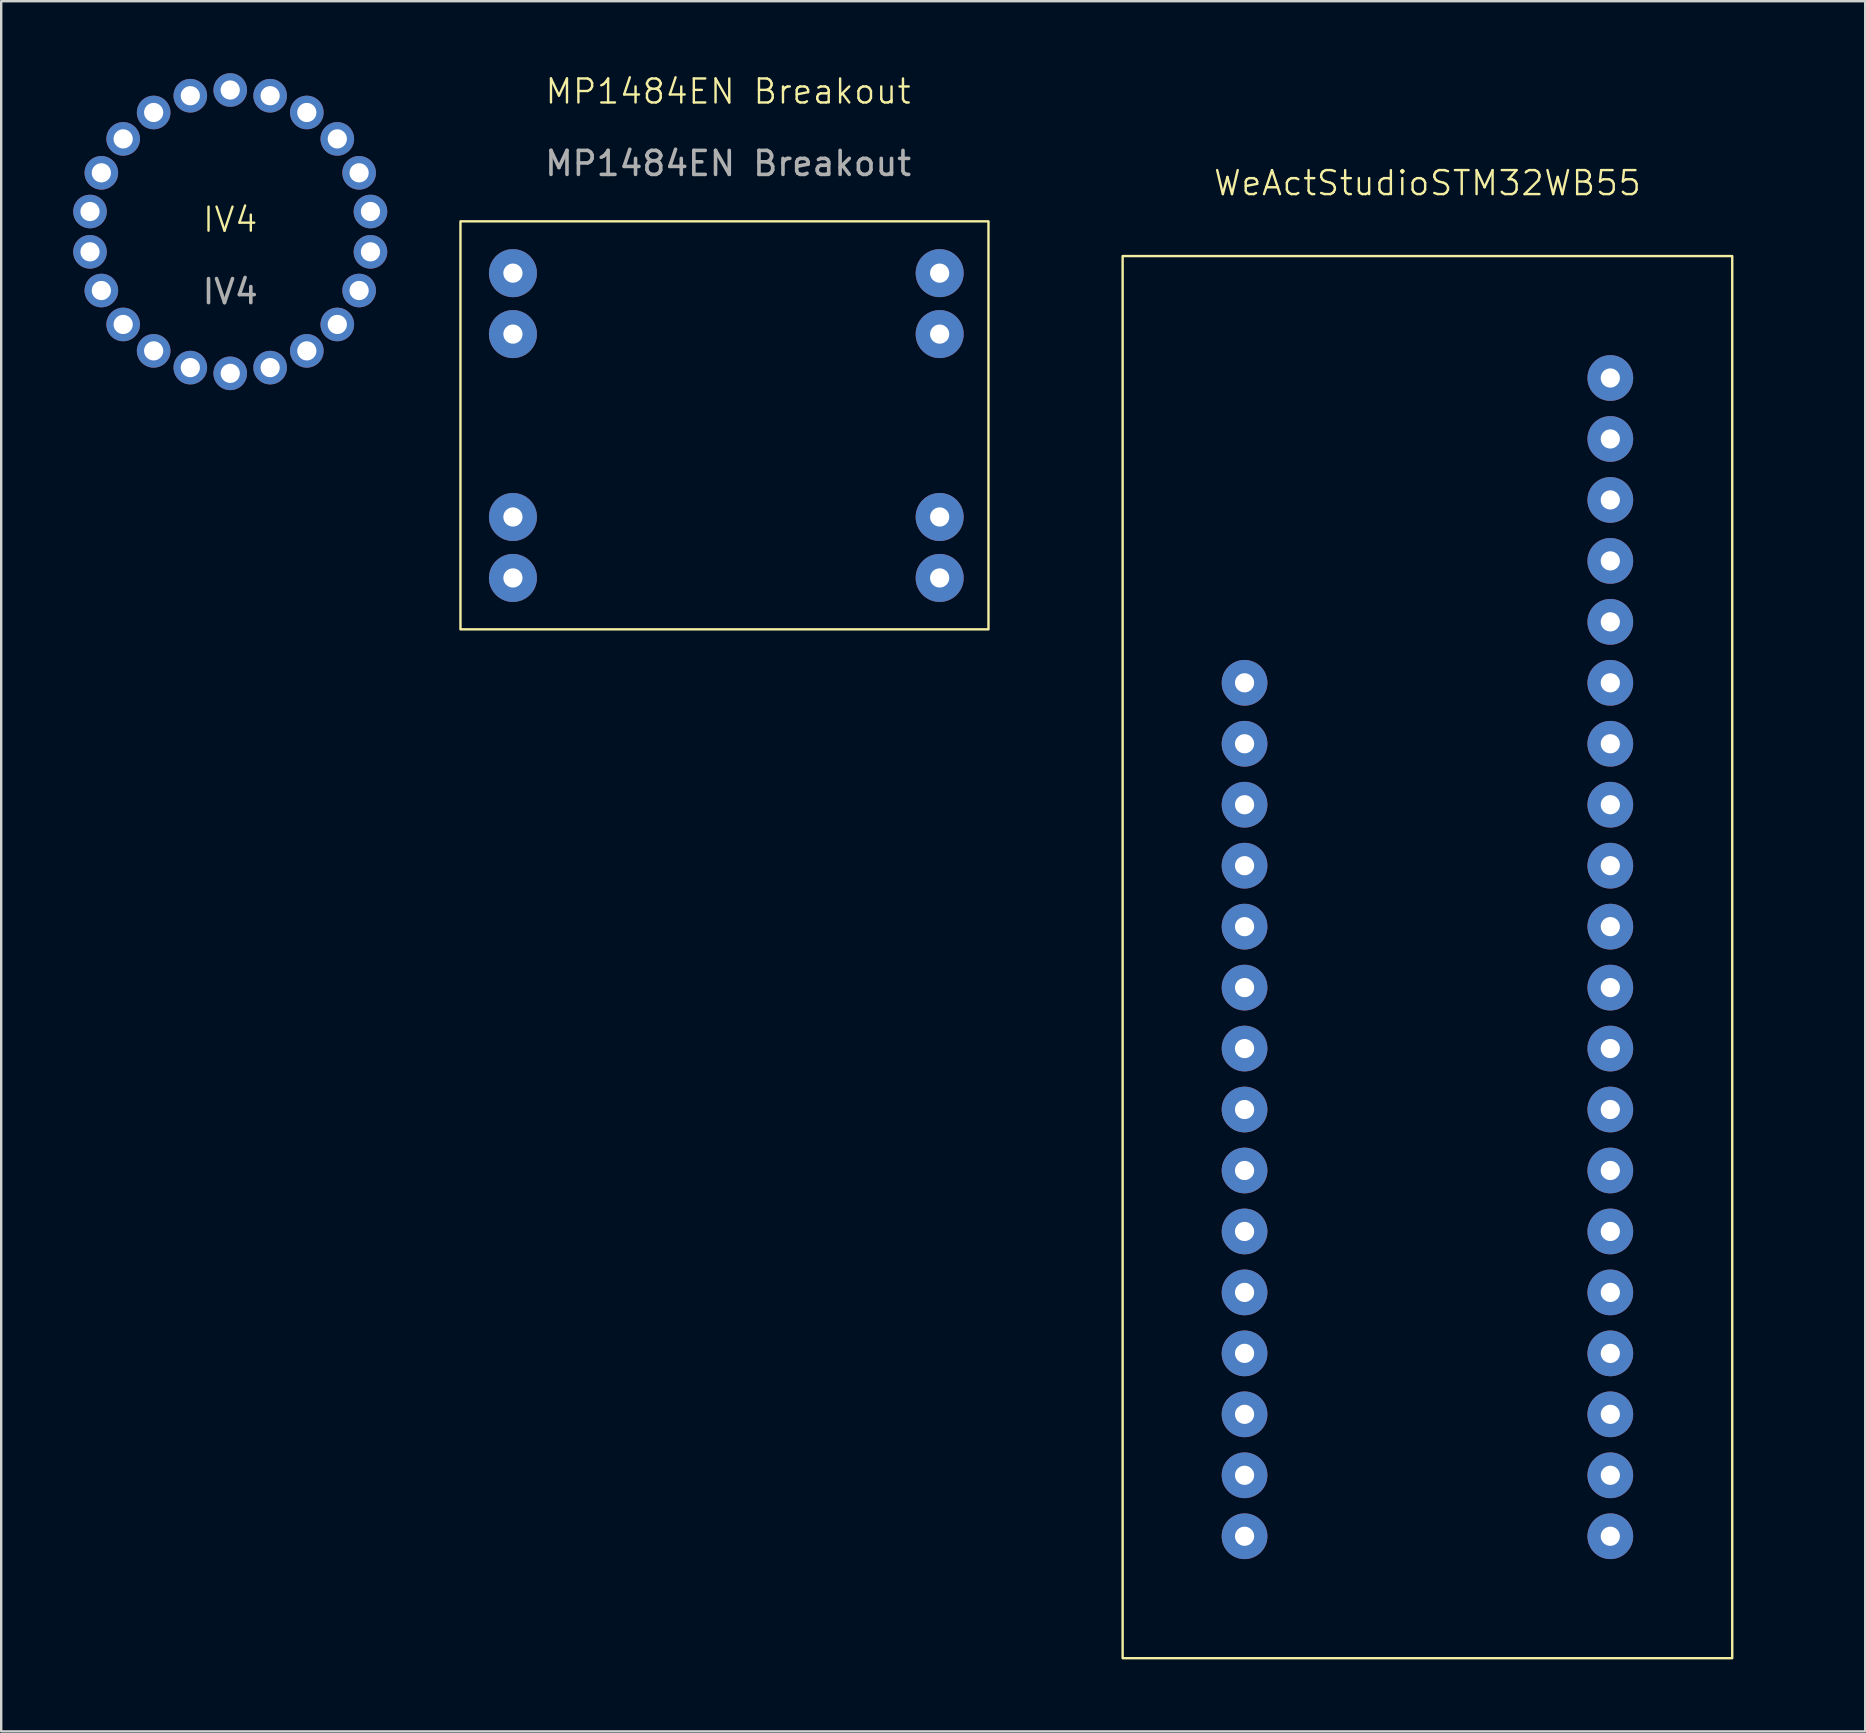
<source format=kicad_pcb>
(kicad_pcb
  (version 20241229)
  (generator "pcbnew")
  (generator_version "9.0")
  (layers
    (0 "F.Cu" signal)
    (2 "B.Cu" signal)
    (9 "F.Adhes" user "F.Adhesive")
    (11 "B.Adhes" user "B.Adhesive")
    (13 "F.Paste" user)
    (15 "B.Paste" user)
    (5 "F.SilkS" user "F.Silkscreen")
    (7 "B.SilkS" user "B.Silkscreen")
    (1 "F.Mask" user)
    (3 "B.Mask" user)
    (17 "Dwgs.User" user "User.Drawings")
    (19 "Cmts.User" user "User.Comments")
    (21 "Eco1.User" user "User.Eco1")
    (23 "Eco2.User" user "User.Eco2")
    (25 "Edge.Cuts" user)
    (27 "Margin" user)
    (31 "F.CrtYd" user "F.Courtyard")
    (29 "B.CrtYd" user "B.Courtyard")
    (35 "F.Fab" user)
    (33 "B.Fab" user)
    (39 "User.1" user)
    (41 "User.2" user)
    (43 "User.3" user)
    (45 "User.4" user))
  (footprint "IV4"
    (layer "F.Cu")
    (at 6.543 6.603)
    (property "Reference" "IV4" (at 0 -0.5 0) (unlocked yes) (layer "F.SilkS") (effects (font (size 1 1) (thickness 0.1))))
    (attr through_hole)
    (fp_text user "${REFERENCE}" (at 0 2.5 0) (unlocked yes) (layer "F.Fab") (effects (font (size 1 1) (thickness 0.15))))
    (pad "1" thru_hole circle (at -5.843 -0.84) (size 1.4 1.4) (drill 0.8) (layers "*.Cu" "*.Mask"))
    (pad "2" thru_hole circle (at -5.37 -2.452) (size 1.4 1.4) (drill 0.8) (layers "*.Cu" "*.Mask"))
    (pad "3" thru_hole circle (at -4.461 -3.866) (size 1.4 1.4) (drill 0.8) (layers "*.Cu" "*.Mask"))
    (pad "4" thru_hole circle (at -3.191 -4.966) (size 1.4 1.4) (drill 0.8) (layers "*.Cu" "*.Mask"))
    (pad "5" thru_hole circle (at -1.663 -5.664) (size 1.4 1.4) (drill 0.8) (layers "*.Cu" "*.Mask"))
    (pad "6" thru_hole circle (at -0.000032 -5.903) (size 1.4 1.4) (drill 0.8) (layers "*.Cu" "*.Mask"))
    (pad "7" thru_hole circle (at 1.663 -5.664) (size 1.4 1.4) (drill 0.8) (layers "*.Cu" "*.Mask"))
    (pad "8" thru_hole circle (at 3.191 -4.966) (size 1.4 1.4) (drill 0.8) (layers "*.Cu" "*.Mask"))
    (pad "9" thru_hole circle (at 4.461 -3.866) (size 1.4 1.4) (drill 0.8) (layers "*.Cu" "*.Mask"))
    (pad "10" thru_hole circle (at 5.37 -2.452) (size 1.4 1.4) (drill 0.8) (layers "*.Cu" "*.Mask"))
    (pad "11" thru_hole circle (at 5.843 -0.84 180) (size 1.4 1.4) (drill 0.8) (layers "*.Cu" "*.Mask"))
    (pad "12" thru_hole circle (at 5.843 0.84) (size 1.4 1.4) (drill 0.8) (layers "*.Cu" "*.Mask"))
    (pad "13" thru_hole circle (at 5.37 2.452) (size 1.4 1.4) (drill 0.8) (layers "*.Cu" "*.Mask"))
    (pad "14" thru_hole circle (at 4.461 3.866) (size 1.4 1.4) (drill 0.8) (layers "*.Cu" "*.Mask"))
    (pad "15" thru_hole circle (at 3.191 4.966) (size 1.4 1.4) (drill 0.8) (layers "*.Cu" "*.Mask"))
    (pad "16" thru_hole circle (at 1.663 5.664) (size 1.4 1.4) (drill 0.8) (layers "*.Cu" "*.Mask"))
    (pad "17" thru_hole circle (at 0.000073 5.903) (size 1.4 1.4) (drill 0.8) (layers "*.Cu" "*.Mask"))
    (pad "18" thru_hole circle (at -1.663 5.664) (size 1.4 1.4) (drill 0.8) (layers "*.Cu" "*.Mask"))
    (pad "19" thru_hole circle (at -3.191 4.966) (size 1.4 1.4) (drill 0.8) (layers "*.Cu" "*.Mask"))
    (pad "20" thru_hole circle (at -4.461 3.866) (size 1.4 1.4) (drill 0.8) (layers "*.Cu" "*.Mask"))
    (pad "21" thru_hole circle (at -5.37 2.452) (size 1.4 1.4) (drill 0.8) (layers "*.Cu" "*.Mask"))
    (pad "22" thru_hole circle (at -5.843 0.84) (size 1.4 1.4) (drill 0.8) (layers "*.Cu" "*.Mask")))
  (footprint "WeActStudioSTM32WB55"
    (layer "F.Cu")
    (at 56.426 5.08)
    (property "Reference" "WeActStudioSTM32WB55" (at 0 -0.5 0) (unlocked yes) (layer "F.SilkS") (effects (font (size 1 1) (thickness 0.1))))
    (attr smd)
    (fp_rect (start -12.7 2.54) (end 12.7 60.96) (stroke (width 0.1) (type default)) (fill no) (layer "F.SilkS"))
    (pad "1" thru_hole circle (at -7.62 20.32) (size 1.905 1.905) (drill 0.8) (layers "*.Cu" "*.Mask"))
    (pad "2" thru_hole circle (at -7.62 22.86) (size 1.905 1.905) (drill 0.8) (layers "*.Cu" "*.Mask"))
    (pad "3" thru_hole circle (at -7.62 25.4) (size 1.905 1.905) (drill 0.8) (layers "*.Cu" "*.Mask"))
    (pad "4" thru_hole circle (at -7.62 27.94) (size 1.905 1.905) (drill 0.8) (layers "*.Cu" "*.Mask"))
    (pad "5" thru_hole circle (at -7.62 30.48) (size 1.905 1.905) (drill 0.8) (layers "*.Cu" "*.Mask"))
    (pad "6" thru_hole circle (at -7.62 33.02) (size 1.905 1.905) (drill 0.8) (layers "*.Cu" "*.Mask"))
    (pad "7" thru_hole circle (at -7.62 35.56) (size 1.905 1.905) (drill 0.8) (layers "*.Cu" "*.Mask"))
    (pad "8" thru_hole circle (at -7.62 38.1) (size 1.905 1.905) (drill 0.8) (layers "*.Cu" "*.Mask"))
    (pad "9" thru_hole circle (at -7.62 40.64) (size 1.905 1.905) (drill 0.8) (layers "*.Cu" "*.Mask"))
    (pad "10" thru_hole circle (at -7.62 43.18) (size 1.905 1.905) (drill 0.8) (layers "*.Cu" "*.Mask"))
    (pad "11" thru_hole circle (at -7.62 45.72) (size 1.905 1.905) (drill 0.8) (layers "*.Cu" "*.Mask"))
    (pad "12" thru_hole circle (at -7.62 48.26) (size 1.905 1.905) (drill 0.8) (layers "*.Cu" "*.Mask"))
    (pad "13" thru_hole circle (at -7.62 50.8) (size 1.905 1.905) (drill 0.8) (layers "*.Cu" "*.Mask"))
    (pad "14" thru_hole circle (at -7.62 53.34) (size 1.905 1.905) (drill 0.8) (layers "*.Cu" "*.Mask"))
    (pad "15" thru_hole circle (at -7.62 55.88) (size 1.905 1.905) (drill 0.8) (layers "*.Cu" "*.Mask"))
    (pad "16" thru_hole circle (at 7.62 55.88) (size 1.905 1.905) (drill 0.8) (layers "*.Cu" "*.Mask"))
    (pad "17" thru_hole circle (at 7.62 53.34) (size 1.905 1.905) (drill 0.8) (layers "*.Cu" "*.Mask"))
    (pad "18" thru_hole circle (at 7.62 50.8) (size 1.905 1.905) (drill 0.8) (layers "*.Cu" "*.Mask"))
    (pad "19" thru_hole circle (at 7.62 48.26) (size 1.905 1.905) (drill 0.8) (layers "*.Cu" "*.Mask"))
    (pad "20" thru_hole circle (at 7.62 45.72) (size 1.905 1.905) (drill 0.8) (layers "*.Cu" "*.Mask"))
    (pad "21" thru_hole circle (at 7.62 43.18) (size 1.905 1.905) (drill 0.8) (layers "*.Cu" "*.Mask"))
    (pad "22" thru_hole circle (at 7.62 40.64) (size 1.905 1.905) (drill 0.8) (layers "*.Cu" "*.Mask"))
    (pad "23" thru_hole circle (at 7.62 38.1) (size 1.905 1.905) (drill 0.8) (layers "*.Cu" "*.Mask"))
    (pad "24" thru_hole circle (at 7.62 35.56) (size 1.905 1.905) (drill 0.8) (layers "*.Cu" "*.Mask"))
    (pad "25" thru_hole circle (at 7.62 33.02) (size 1.905 1.905) (drill 0.8) (layers "*.Cu" "*.Mask"))
    (pad "26" thru_hole circle (at 7.62 30.48) (size 1.905 1.905) (drill 0.8) (layers "*.Cu" "*.Mask"))
    (pad "27" thru_hole circle (at 7.62 27.94) (size 1.905 1.905) (drill 0.8) (layers "*.Cu" "*.Mask"))
    (pad "28" thru_hole circle (at 7.62 25.4) (size 1.905 1.905) (drill 0.8) (layers "*.Cu" "*.Mask"))
    (pad "29" thru_hole circle (at 7.62 22.86) (size 1.905 1.905) (drill 0.8) (layers "*.Cu" "*.Mask"))
    (pad "30" thru_hole circle (at 7.62 20.32) (size 1.905 1.905) (drill 0.8) (layers "*.Cu" "*.Mask"))
    (pad "31" thru_hole circle (at 7.62 17.78) (size 1.905 1.905) (drill 0.8) (layers "*.Cu" "*.Mask"))
    (pad "32" thru_hole circle (at 7.62 15.24) (size 1.905 1.905) (drill 0.8) (layers "*.Cu" "*.Mask"))
    (pad "33" thru_hole circle (at 7.62 12.7) (size 1.905 1.905) (drill 0.8) (layers "*.Cu" "*.Mask"))
    (pad "34" thru_hole circle (at 7.62 10.16) (size 1.905 1.905) (drill 0.8) (layers "*.Cu" "*.Mask"))
    (pad "35" thru_hole circle (at 7.62 7.62) (size 1.905 1.905) (drill 0.8) (layers "*.Cu" "*.Mask"))
    (zone (net_name "") (layer "B.Cu") (hatch edge 0.5) (connect_pads) (min_thickness 0.25) (filled_areas_thickness no) (keepout (tracks not_allowed) (vias not_allowed) (pads not_allowed) (copperpour not_allowed) (footprints allowed)) (placement (enabled no)) (fill) (polygon (pts (xy 71.666 10.16) (xy 41.186 10.16) (xy 41.186 0) (xy 71.666 0)))))
  (footprint "MP1484EN Breakout"
    (layer "F.Cu")
    (at 27.212 6.223)
    (property "Reference" "MP1484EN Breakout" (at 0.076 -5.462 0) (unlocked yes) (layer "F.SilkS") (effects (font (size 1 1) (thickness 0.1))))
    (attr smd)
    (fp_rect (start -11.076 -0.051) (end 10.924 16.949) (stroke (width 0.1) (type default)) (fill no) (layer "F.SilkS"))
    (fp_text user "${REFERENCE}" (at 0.076 -2.462 0) (unlocked yes) (layer "F.Fab") (effects (font (size 1 1) (thickness 0.15))))
    (pad "1" thru_hole circle (at -8.89 12.268) (size 2 2) (drill 0.8) (layers "*.Cu" "*.Mask"))
    (pad "1" thru_hole circle (at -8.89 14.808) (size 2 2) (drill 0.8) (layers "*.Cu" "*.Mask"))
    (pad "2" thru_hole circle (at -8.89 2.108) (size 2 2) (drill 0.8) (layers "*.Cu" "*.Mask"))
    (pad "2" thru_hole circle (at -8.89 4.648) (size 2 2) (drill 0.8) (layers "*.Cu" "*.Mask"))
    (pad "3" thru_hole circle (at 8.89 12.268) (size 2 2) (drill 0.8) (layers "*.Cu" "F.Mask" "F.Paste"))
    (pad "3" thru_hole circle (at 8.89 14.808) (size 2 2) (drill 0.8) (layers "*.Cu" "F.Mask" "F.Paste"))
    (pad "4" thru_hole circle (at 8.89 2.108) (size 2 2) (drill 0.8) (layers "*.Cu" "F.Mask" "F.Paste"))
    (pad "4" thru_hole circle (at 8.89 4.648) (size 2 2) (drill 0.8) (layers "*.Cu" "F.Mask" "F.Paste"))
    (zone (net_name "") (layer "F.SilkS") (hatch edge 0.5) (connect_pads) (min_thickness 0.25) (filled_areas_thickness no) (keepout (tracks not_allowed) (vias not_allowed) (pads not_allowed) (copperpour not_allowed) (footprints not_allowed)) (placement (enabled no)) (fill) (polygon (pts (xy 21.243 6.223) (xy 33.943 6.223) (xy 33.943 21.463) (xy 21.243 21.463)))))
  (gr_rect
    (start -3 -3)
    (end 74.666 69.09)
    (stroke (width 0.1) (type default))
    (fill no)
    (layer "Edge.Cuts")))
</source>
